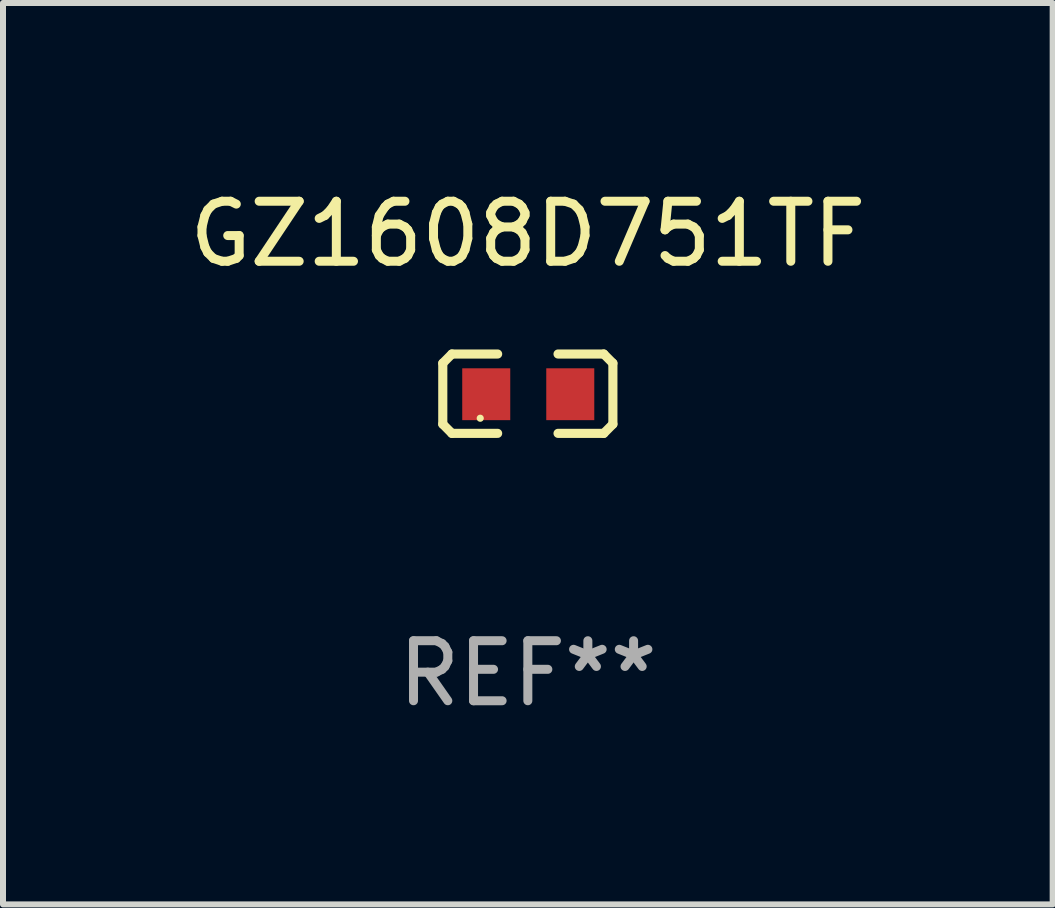
<source format=kicad_pcb>
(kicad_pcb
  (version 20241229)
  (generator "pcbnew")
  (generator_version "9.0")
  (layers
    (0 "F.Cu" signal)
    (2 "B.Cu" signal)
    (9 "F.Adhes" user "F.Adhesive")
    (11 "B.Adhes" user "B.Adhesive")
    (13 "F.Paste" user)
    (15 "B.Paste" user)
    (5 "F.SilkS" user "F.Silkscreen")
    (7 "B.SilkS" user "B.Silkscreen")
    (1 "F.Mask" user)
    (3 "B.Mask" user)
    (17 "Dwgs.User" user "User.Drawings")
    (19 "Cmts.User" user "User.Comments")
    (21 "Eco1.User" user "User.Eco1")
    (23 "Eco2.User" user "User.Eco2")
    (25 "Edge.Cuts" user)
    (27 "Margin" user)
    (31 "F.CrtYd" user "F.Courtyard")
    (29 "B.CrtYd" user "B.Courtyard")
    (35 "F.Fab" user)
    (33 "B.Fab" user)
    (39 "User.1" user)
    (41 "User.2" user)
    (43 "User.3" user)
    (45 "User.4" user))
  (footprint "GZ1608D751TF"
    (layer "F.Cu")
    (at 5.744 3.509)
    (property "Reference" "GZ1608D751TF" (at 0 -2.661 0) (layer "F.SilkS") (effects (font (size 1 1) (thickness 0.15))))
    (attr through_hole)
    (fp_line (start -1.417 -0.508) (end -1.265 -0.661) (stroke (width 0.152) (type solid)) (layer "F.SilkS"))
    (fp_line (start -1.417 0.508) (end -1.417 -0.508) (stroke (width 0.152) (type solid)) (layer "F.SilkS"))
    (fp_line (start -1.265 -0.661) (end -0.503 -0.661) (stroke (width 0.152) (type solid)) (layer "F.SilkS"))
    (fp_line (start -1.265 0.661) (end -1.417 0.508) (stroke (width 0.152) (type solid)) (layer "F.SilkS"))
    (fp_line (start -1.265 0.661) (end -0.503 0.661) (stroke (width 0.152) (type solid)) (layer "F.SilkS"))
    (fp_line (start 1.265 -0.661) (end 0.503 -0.661) (stroke (width 0.152) (type solid)) (layer "F.SilkS"))
    (fp_line (start 1.265 -0.661) (end 1.417 -0.508) (stroke (width 0.152) (type solid)) (layer "F.SilkS"))
    (fp_line (start 1.265 0.661) (end 0.503 0.661) (stroke (width 0.152) (type solid)) (layer "F.SilkS"))
    (fp_line (start 1.417 -0.508) (end 1.417 0.508) (stroke (width 0.152) (type solid)) (layer "F.SilkS"))
    (fp_line (start 1.417 0.508) (end 1.265 0.661) (stroke (width 0.152) (type solid)) (layer "F.SilkS"))
    (fp_circle (center -0.793 0.409) (end -0.763 0.409) (stroke (width 0.06) (type solid)) (fill no) (layer "F.SilkS"))
    (fp_text user "REF**" (at 0 4.661 0) (layer "F.Fab") (effects (font (size 1 1) (thickness 0.15))))
    (pad "1" smd rect (at -0.693 0.009 180) (size 0.8 0.864) (layers "F.Cu" "F.Mask" "F.Paste"))
    (pad "2" smd rect (at 0.707 0.009 180) (size 0.8 0.864) (layers "F.Cu" "F.Mask" "F.Paste")))
  (gr_rect
    (start -3 -3)
    (end 14.488 12.018)
    (stroke (width 0.1) (type default))
    (fill no)
    (layer "Edge.Cuts")))
</source>
